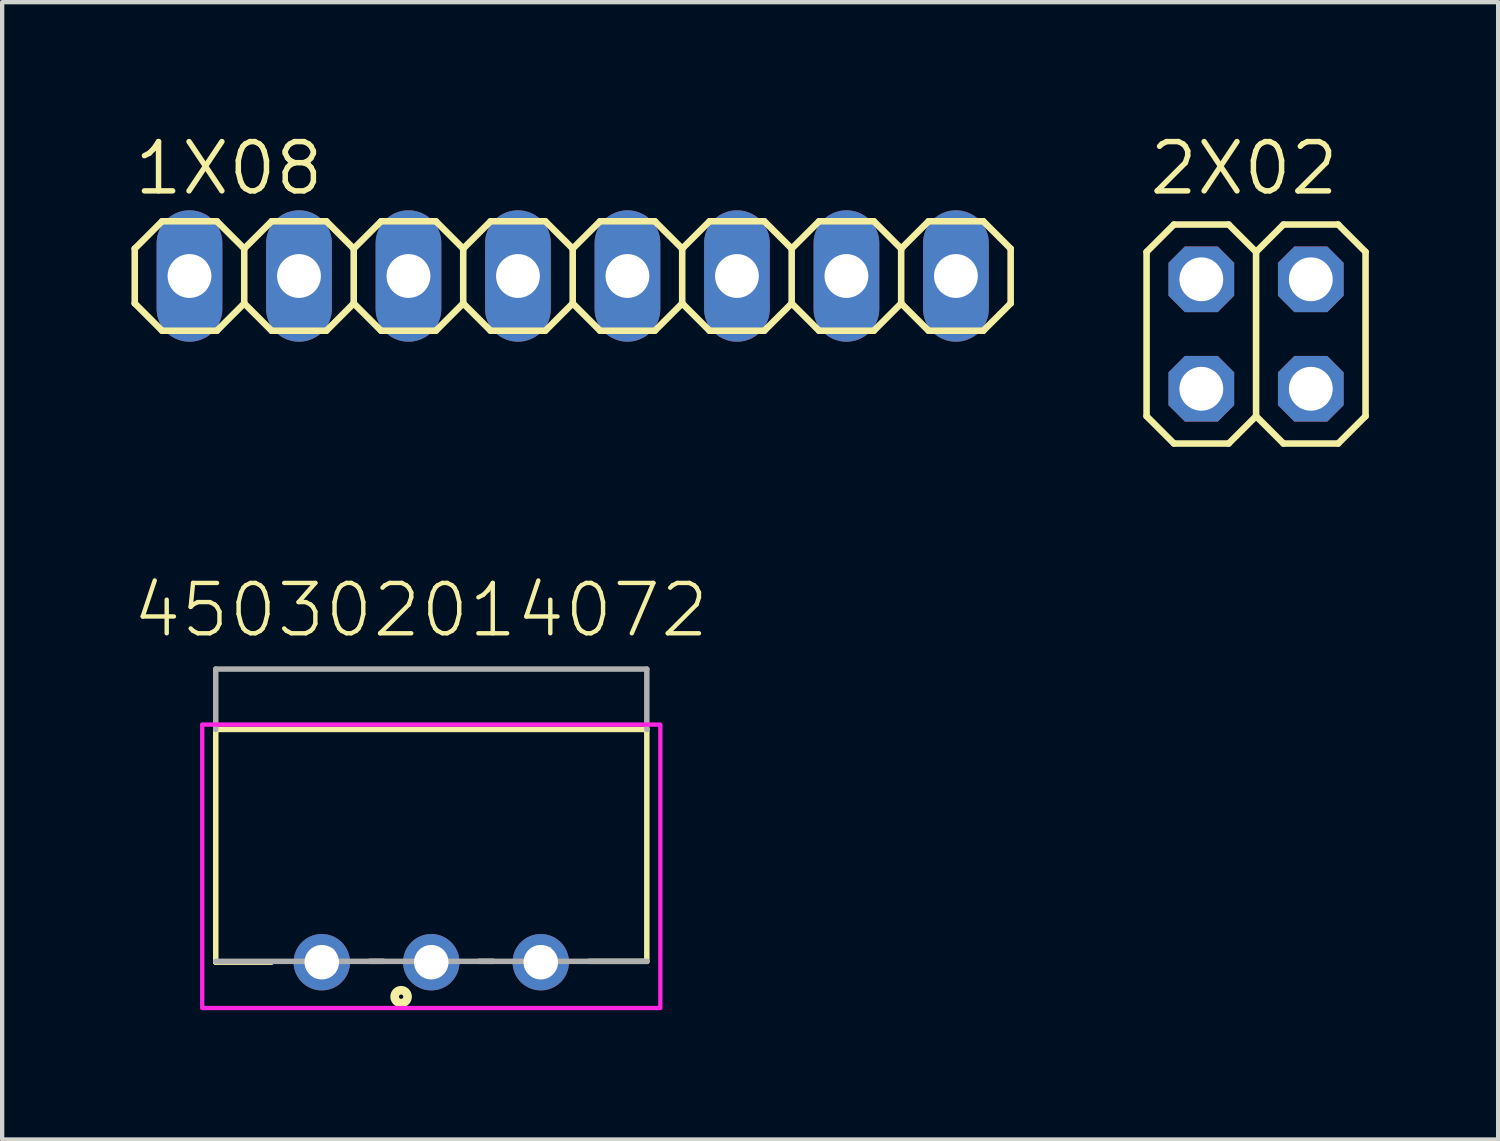
<source format=kicad_pcb>
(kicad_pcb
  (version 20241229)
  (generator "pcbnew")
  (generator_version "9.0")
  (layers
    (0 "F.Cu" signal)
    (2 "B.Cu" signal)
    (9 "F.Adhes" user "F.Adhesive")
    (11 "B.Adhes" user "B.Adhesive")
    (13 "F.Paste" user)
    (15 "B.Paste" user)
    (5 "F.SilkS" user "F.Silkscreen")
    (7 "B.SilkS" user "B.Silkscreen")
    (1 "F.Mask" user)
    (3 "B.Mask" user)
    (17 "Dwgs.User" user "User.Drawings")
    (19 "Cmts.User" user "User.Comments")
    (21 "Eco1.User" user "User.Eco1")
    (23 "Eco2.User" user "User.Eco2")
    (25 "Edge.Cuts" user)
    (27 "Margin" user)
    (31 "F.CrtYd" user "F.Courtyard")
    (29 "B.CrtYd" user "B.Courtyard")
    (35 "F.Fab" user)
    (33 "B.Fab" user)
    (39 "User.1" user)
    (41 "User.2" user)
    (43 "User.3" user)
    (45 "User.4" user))
  (footprint "450302014072"
    (layer "F.Cu")
    (at 6.955 19.272)
    (property "Reference" "450302014072" (at -0.242 -7.483 0) (layer "F.SilkS") (effects (font (size 1.168 1.168) (thickness 0.102)) (justify bottom)))
    (fp_line (start -5 -5.4) (end -5 0) (stroke (width 0.127) (type solid)) (layer "F.SilkS"))
    (fp_line (start -5 -5.4) (end 5 -5.4) (stroke (width 0.127) (type solid)) (layer "F.SilkS"))
    (fp_line (start -3.71 0) (end -5 0) (stroke (width 0.127) (type solid)) (layer "F.SilkS"))
    (fp_line (start -1.43 -0.02) (end -1.11 -0.02) (stroke (width 0.127) (type solid)) (layer "F.SilkS"))
    (fp_line (start 1.11 -0.02) (end 1.44 -0.02) (stroke (width 0.127) (type solid)) (layer "F.SilkS"))
    (fp_line (start 3.66 -0.02) (end 5 -0.02) (stroke (width 0.127) (type solid)) (layer "F.SilkS"))
    (fp_line (start 5 -0.02) (end 5 -5.4) (stroke (width 0.127) (type solid)) (layer "F.SilkS"))
    (fp_circle (center -0.7 0.8) (end -0.65 0.8) (stroke (width 0.2) (type solid)) (fill no) (layer "F.SilkS"))
    (fp_poly (pts (xy 5.314 1.063) (xy -5.314 1.063) (xy -5.314 -5.513) (xy 5.314 -5.513)) (stroke (width 0.1) (type solid)) (fill no) (layer "F.CrtYd"))
    (fp_line (start -5 -6.8) (end -5 -5.4) (stroke (width 0.127) (type solid)) (layer "F.Fab"))
    (fp_line (start -5 -0.02) (end 5 -0.02) (stroke (width 0.127) (type solid)) (layer "F.Fab"))
    (fp_line (start 5 -6.8) (end -5 -6.8) (stroke (width 0.127) (type solid)) (layer "F.Fab"))
    (fp_line (start 5 -5.4) (end 5 -6.8) (stroke (width 0.127) (type solid)) (layer "F.Fab"))
    (fp_text user "2" (at -2.7 0.3 0) (layer "F.Fab") (effects (font (size 0.561 0.561) (thickness 0.049)) (justify left bottom)))
    (fp_text user "1" (at -0.2 0.3 0) (layer "F.Fab") (effects (font (size 0.561 0.561) (thickness 0.049)) (justify left bottom)))
    (fp_text user "3" (at 2.3 0.3 0) (layer "F.Fab") (effects (font (size 0.561 0.561) (thickness 0.049)) (justify left bottom)))
    (pad "1" thru_hole circle (at 0 0) (size 1.308 1.308) (drill 0.8) (layers "*.Cu" "*.Mask"))
    (pad "2" thru_hole circle (at -2.54 0) (size 1.308 1.308) (drill 0.8) (layers "*.Cu" "*.Mask"))
    (pad "3" thru_hole circle (at 2.54 0) (size 1.308 1.308) (drill 0.8) (layers "*.Cu" "*.Mask")))
  (footprint "1X08"
    (layer "F.Cu")
    (at 10.236 3.353)
    (property "Reference" "1X08" (at -10.236 -1.829 0) (layer "F.SilkS") (effects (font (size 1.143 1.143) (thickness 0.127)) (justify left bottom)))
    (fp_line (start -10.16 -0.635) (end -10.16 0.635) (stroke (width 0.152) (type solid)) (layer "F.SilkS"))
    (fp_line (start -10.16 0.635) (end -9.525 1.27) (stroke (width 0.152) (type solid)) (layer "F.SilkS"))
    (fp_line (start -9.525 -1.27) (end -10.16 -0.635) (stroke (width 0.152) (type solid)) (layer "F.SilkS"))
    (fp_line (start -9.525 -1.27) (end -8.255 -1.27) (stroke (width 0.152) (type solid)) (layer "F.SilkS"))
    (fp_line (start -8.255 -1.27) (end -7.62 -0.635) (stroke (width 0.152) (type solid)) (layer "F.SilkS"))
    (fp_line (start -8.255 1.27) (end -9.525 1.27) (stroke (width 0.152) (type solid)) (layer "F.SilkS"))
    (fp_line (start -7.62 -0.635) (end -7.62 0.635) (stroke (width 0.152) (type solid)) (layer "F.SilkS"))
    (fp_line (start -7.62 -0.635) (end -6.985 -1.27) (stroke (width 0.152) (type solid)) (layer "F.SilkS"))
    (fp_line (start -7.62 0.635) (end -8.255 1.27) (stroke (width 0.152) (type solid)) (layer "F.SilkS"))
    (fp_line (start -6.985 -1.27) (end -5.715 -1.27) (stroke (width 0.152) (type solid)) (layer "F.SilkS"))
    (fp_line (start -6.985 1.27) (end -7.62 0.635) (stroke (width 0.152) (type solid)) (layer "F.SilkS"))
    (fp_line (start -5.715 -1.27) (end -5.08 -0.635) (stroke (width 0.152) (type solid)) (layer "F.SilkS"))
    (fp_line (start -5.715 1.27) (end -6.985 1.27) (stroke (width 0.152) (type solid)) (layer "F.SilkS"))
    (fp_line (start -5.08 -0.635) (end -5.08 0.635) (stroke (width 0.152) (type solid)) (layer "F.SilkS"))
    (fp_line (start -5.08 -0.635) (end -4.445 -1.27) (stroke (width 0.152) (type solid)) (layer "F.SilkS"))
    (fp_line (start -5.08 0.635) (end -5.715 1.27) (stroke (width 0.152) (type solid)) (layer "F.SilkS"))
    (fp_line (start -4.445 -1.27) (end -3.175 -1.27) (stroke (width 0.152) (type solid)) (layer "F.SilkS"))
    (fp_line (start -4.445 1.27) (end -5.08 0.635) (stroke (width 0.152) (type solid)) (layer "F.SilkS"))
    (fp_line (start -3.175 -1.27) (end -2.54 -0.635) (stroke (width 0.152) (type solid)) (layer "F.SilkS"))
    (fp_line (start -3.175 1.27) (end -4.445 1.27) (stroke (width 0.152) (type solid)) (layer "F.SilkS"))
    (fp_line (start -2.54 -0.635) (end -2.54 0.635) (stroke (width 0.152) (type solid)) (layer "F.SilkS"))
    (fp_line (start -2.54 0.635) (end -3.175 1.27) (stroke (width 0.152) (type solid)) (layer "F.SilkS"))
    (fp_line (start -2.54 0.635) (end -1.905 1.27) (stroke (width 0.152) (type solid)) (layer "F.SilkS"))
    (fp_line (start -1.905 -1.27) (end -2.54 -0.635) (stroke (width 0.152) (type solid)) (layer "F.SilkS"))
    (fp_line (start -1.905 -1.27) (end -0.635 -1.27) (stroke (width 0.152) (type solid)) (layer "F.SilkS"))
    (fp_line (start -0.635 -1.27) (end 0 -0.635) (stroke (width 0.152) (type solid)) (layer "F.SilkS"))
    (fp_line (start -0.635 1.27) (end -1.905 1.27) (stroke (width 0.152) (type solid)) (layer "F.SilkS"))
    (fp_line (start 0 -0.635) (end 0 0.635) (stroke (width 0.152) (type solid)) (layer "F.SilkS"))
    (fp_line (start 0 -0.635) (end 0.635 -1.27) (stroke (width 0.152) (type solid)) (layer "F.SilkS"))
    (fp_line (start 0 0.635) (end -0.635 1.27) (stroke (width 0.152) (type solid)) (layer "F.SilkS"))
    (fp_line (start 0.635 -1.27) (end 1.905 -1.27) (stroke (width 0.152) (type solid)) (layer "F.SilkS"))
    (fp_line (start 0.635 1.27) (end 0 0.635) (stroke (width 0.152) (type solid)) (layer "F.SilkS"))
    (fp_line (start 1.905 -1.27) (end 2.54 -0.635) (stroke (width 0.152) (type solid)) (layer "F.SilkS"))
    (fp_line (start 1.905 1.27) (end 0.635 1.27) (stroke (width 0.152) (type solid)) (layer "F.SilkS"))
    (fp_line (start 2.54 -0.635) (end 2.54 0.635) (stroke (width 0.152) (type solid)) (layer "F.SilkS"))
    (fp_line (start 2.54 -0.635) (end 3.175 -1.27) (stroke (width 0.152) (type solid)) (layer "F.SilkS"))
    (fp_line (start 2.54 0.635) (end 1.905 1.27) (stroke (width 0.152) (type solid)) (layer "F.SilkS"))
    (fp_line (start 3.175 -1.27) (end 4.445 -1.27) (stroke (width 0.152) (type solid)) (layer "F.SilkS"))
    (fp_line (start 3.175 1.27) (end 2.54 0.635) (stroke (width 0.152) (type solid)) (layer "F.SilkS"))
    (fp_line (start 4.445 -1.27) (end 5.08 -0.635) (stroke (width 0.152) (type solid)) (layer "F.SilkS"))
    (fp_line (start 4.445 1.27) (end 3.175 1.27) (stroke (width 0.152) (type solid)) (layer "F.SilkS"))
    (fp_line (start 5.08 -0.635) (end 5.08 0.635) (stroke (width 0.152) (type solid)) (layer "F.SilkS"))
    (fp_line (start 5.08 0.635) (end 4.445 1.27) (stroke (width 0.152) (type solid)) (layer "F.SilkS"))
    (fp_line (start 5.08 0.635) (end 5.715 1.27) (stroke (width 0.152) (type solid)) (layer "F.SilkS"))
    (fp_line (start 5.715 -1.27) (end 5.08 -0.635) (stroke (width 0.152) (type solid)) (layer "F.SilkS"))
    (fp_line (start 5.715 -1.27) (end 6.985 -1.27) (stroke (width 0.152) (type solid)) (layer "F.SilkS"))
    (fp_line (start 6.985 -1.27) (end 7.62 -0.635) (stroke (width 0.152) (type solid)) (layer "F.SilkS"))
    (fp_line (start 6.985 1.27) (end 5.715 1.27) (stroke (width 0.152) (type solid)) (layer "F.SilkS"))
    (fp_line (start 7.62 -0.635) (end 7.62 0.635) (stroke (width 0.152) (type solid)) (layer "F.SilkS"))
    (fp_line (start 7.62 0.635) (end 6.985 1.27) (stroke (width 0.152) (type solid)) (layer "F.SilkS"))
    (fp_line (start 7.62 0.635) (end 8.255 1.27) (stroke (width 0.152) (type solid)) (layer "F.SilkS"))
    (fp_line (start 8.255 -1.27) (end 7.62 -0.635) (stroke (width 0.152) (type solid)) (layer "F.SilkS"))
    (fp_line (start 8.255 -1.27) (end 9.525 -1.27) (stroke (width 0.152) (type solid)) (layer "F.SilkS"))
    (fp_line (start 9.525 -1.27) (end 10.16 -0.635) (stroke (width 0.152) (type solid)) (layer "F.SilkS"))
    (fp_line (start 9.525 1.27) (end 8.255 1.27) (stroke (width 0.152) (type solid)) (layer "F.SilkS"))
    (fp_line (start 10.16 -0.635) (end 10.16 0.635) (stroke (width 0.152) (type solid)) (layer "F.SilkS"))
    (fp_line (start 10.16 0.635) (end 9.525 1.27) (stroke (width 0.152) (type solid)) (layer "F.SilkS"))
    (fp_poly (pts (xy -9.144 0.254) (xy -8.636 0.254) (xy -8.636 -0.254) (xy -9.144 -0.254)) (stroke (width 0.1) (type solid)) (fill no) (layer "F.Fab"))
    (fp_poly (pts (xy -6.604 0.254) (xy -6.096 0.254) (xy -6.096 -0.254) (xy -6.604 -0.254)) (stroke (width 0.1) (type solid)) (fill no) (layer "F.Fab"))
    (fp_poly (pts (xy -4.064 0.254) (xy -3.556 0.254) (xy -3.556 -0.254) (xy -4.064 -0.254)) (stroke (width 0.1) (type solid)) (fill no) (layer "F.Fab"))
    (fp_poly (pts (xy -1.524 0.254) (xy -1.016 0.254) (xy -1.016 -0.254) (xy -1.524 -0.254)) (stroke (width 0.1) (type solid)) (fill no) (layer "F.Fab"))
    (fp_poly (pts (xy 1.016 0.254) (xy 1.524 0.254) (xy 1.524 -0.254) (xy 1.016 -0.254)) (stroke (width 0.1) (type solid)) (fill no) (layer "F.Fab"))
    (fp_poly (pts (xy 3.556 0.254) (xy 4.064 0.254) (xy 4.064 -0.254) (xy 3.556 -0.254)) (stroke (width 0.1) (type solid)) (fill no) (layer "F.Fab"))
    (fp_poly (pts (xy 6.096 0.254) (xy 6.604 0.254) (xy 6.604 -0.254) (xy 6.096 -0.254)) (stroke (width 0.1) (type solid)) (fill no) (layer "F.Fab"))
    (fp_poly (pts (xy 8.636 0.254) (xy 9.144 0.254) (xy 9.144 -0.254) (xy 8.636 -0.254)) (stroke (width 0.1) (type solid)) (fill no) (layer "F.Fab"))
    (pad "1" thru_hole oval (at -8.89 0 90) (size 3.048 1.524) (drill 1.016) (layers "*.Cu" "*.Mask"))
    (pad "2" thru_hole oval (at -6.35 0 90) (size 3.048 1.524) (drill 1.016) (layers "*.Cu" "*.Mask"))
    (pad "3" thru_hole oval (at -3.81 0 90) (size 3.048 1.524) (drill 1.016) (layers "*.Cu" "*.Mask"))
    (pad "4" thru_hole oval (at -1.27 0 90) (size 3.048 1.524) (drill 1.016) (layers "*.Cu" "*.Mask"))
    (pad "5" thru_hole oval (at 1.27 0 90) (size 3.048 1.524) (drill 1.016) (layers "*.Cu" "*.Mask"))
    (pad "6" thru_hole oval (at 3.81 0 90) (size 3.048 1.524) (drill 1.016) (layers "*.Cu" "*.Mask"))
    (pad "7" thru_hole oval (at 6.35 0 90) (size 3.048 1.524) (drill 1.016) (layers "*.Cu" "*.Mask"))
    (pad "8" thru_hole oval (at 8.89 0 90) (size 3.048 1.524) (drill 1.016) (layers "*.Cu" "*.Mask")))
  (footprint "2X02"
    (layer "F.Cu")
    (at 26.089 4.699)
    (property "Reference" "2X02" (at -2.54 -3.175 0) (layer "F.SilkS") (effects (font (size 1.143 1.143) (thickness 0.127)) (justify left bottom)))
    (fp_line (start -2.54 -1.905) (end -1.905 -2.54) (stroke (width 0.152) (type solid)) (layer "F.SilkS"))
    (fp_line (start -2.54 1.905) (end -2.54 -1.905) (stroke (width 0.152) (type solid)) (layer "F.SilkS"))
    (fp_line (start -2.54 1.905) (end -1.905 2.54) (stroke (width 0.152) (type solid)) (layer "F.SilkS"))
    (fp_line (start -1.905 -2.54) (end -0.635 -2.54) (stroke (width 0.152) (type solid)) (layer "F.SilkS"))
    (fp_line (start -1.905 2.54) (end -0.635 2.54) (stroke (width 0.152) (type solid)) (layer "F.SilkS"))
    (fp_line (start -0.635 -2.54) (end 0 -1.905) (stroke (width 0.152) (type solid)) (layer "F.SilkS"))
    (fp_line (start -0.635 2.54) (end 0 1.905) (stroke (width 0.152) (type solid)) (layer "F.SilkS"))
    (fp_line (start 0 -1.905) (end 0 1.905) (stroke (width 0.152) (type solid)) (layer "F.SilkS"))
    (fp_line (start 0 -1.905) (end 0.635 -2.54) (stroke (width 0.152) (type solid)) (layer "F.SilkS"))
    (fp_line (start 0 1.905) (end 0.635 2.54) (stroke (width 0.152) (type solid)) (layer "F.SilkS"))
    (fp_line (start 0.635 -2.54) (end 1.905 -2.54) (stroke (width 0.152) (type solid)) (layer "F.SilkS"))
    (fp_line (start 0.635 2.54) (end 1.905 2.54) (stroke (width 0.152) (type solid)) (layer "F.SilkS"))
    (fp_line (start 1.905 -2.54) (end 2.54 -1.905) (stroke (width 0.152) (type solid)) (layer "F.SilkS"))
    (fp_line (start 1.905 2.54) (end 2.54 1.905) (stroke (width 0.152) (type solid)) (layer "F.SilkS"))
    (fp_line (start 2.54 -1.905) (end 2.54 1.905) (stroke (width 0.152) (type solid)) (layer "F.SilkS"))
    (fp_poly (pts (xy -1.524 -1.016) (xy -1.016 -1.016) (xy -1.016 -1.524) (xy -1.524 -1.524)) (stroke (width 0.1) (type solid)) (fill no) (layer "F.Fab"))
    (fp_poly (pts (xy -1.524 1.524) (xy -1.016 1.524) (xy -1.016 1.016) (xy -1.524 1.016)) (stroke (width 0.1) (type solid)) (fill no) (layer "F.Fab"))
    (fp_poly (pts (xy 1.016 -1.016) (xy 1.524 -1.016) (xy 1.524 -1.524) (xy 1.016 -1.524)) (stroke (width 0.1) (type solid)) (fill no) (layer "F.Fab"))
    (fp_poly (pts (xy 1.016 1.524) (xy 1.524 1.524) (xy 1.524 1.016) (xy 1.016 1.016)) (stroke (width 0.1) (type solid)) (fill no) (layer "F.Fab"))
    (pad "1" thru_hole roundrect (at -1.27 1.27) (size 1.524 1.524) (drill 1.016) (layers "*.Cu" "*.Mask") (roundrect_rratio 0.25) (chamfer_ratio 0.25) (chamfer top_left top_right bottom_left bottom_right))
    (pad "2" thru_hole roundrect (at -1.27 -1.27) (size 1.524 1.524) (drill 1.016) (layers "*.Cu" "*.Mask") (roundrect_rratio 0.25) (chamfer_ratio 0.25) (chamfer top_left top_right bottom_left bottom_right))
    (pad "3" thru_hole roundrect (at 1.27 1.27) (size 1.524 1.524) (drill 1.016) (layers "*.Cu" "*.Mask") (roundrect_rratio 0.25) (chamfer_ratio 0.25) (chamfer top_left top_right bottom_left bottom_right))
    (pad "4" thru_hole roundrect (at 1.27 -1.27) (size 1.524 1.524) (drill 1.016) (layers "*.Cu" "*.Mask") (roundrect_rratio 0.25) (chamfer_ratio 0.25) (chamfer top_left top_right bottom_left bottom_right)))
  (gr_rect
    (start -3 -3)
    (end 31.705 23.385)
    (stroke (width 0.1) (type default))
    (fill no)
    (layer "Edge.Cuts")))
</source>
